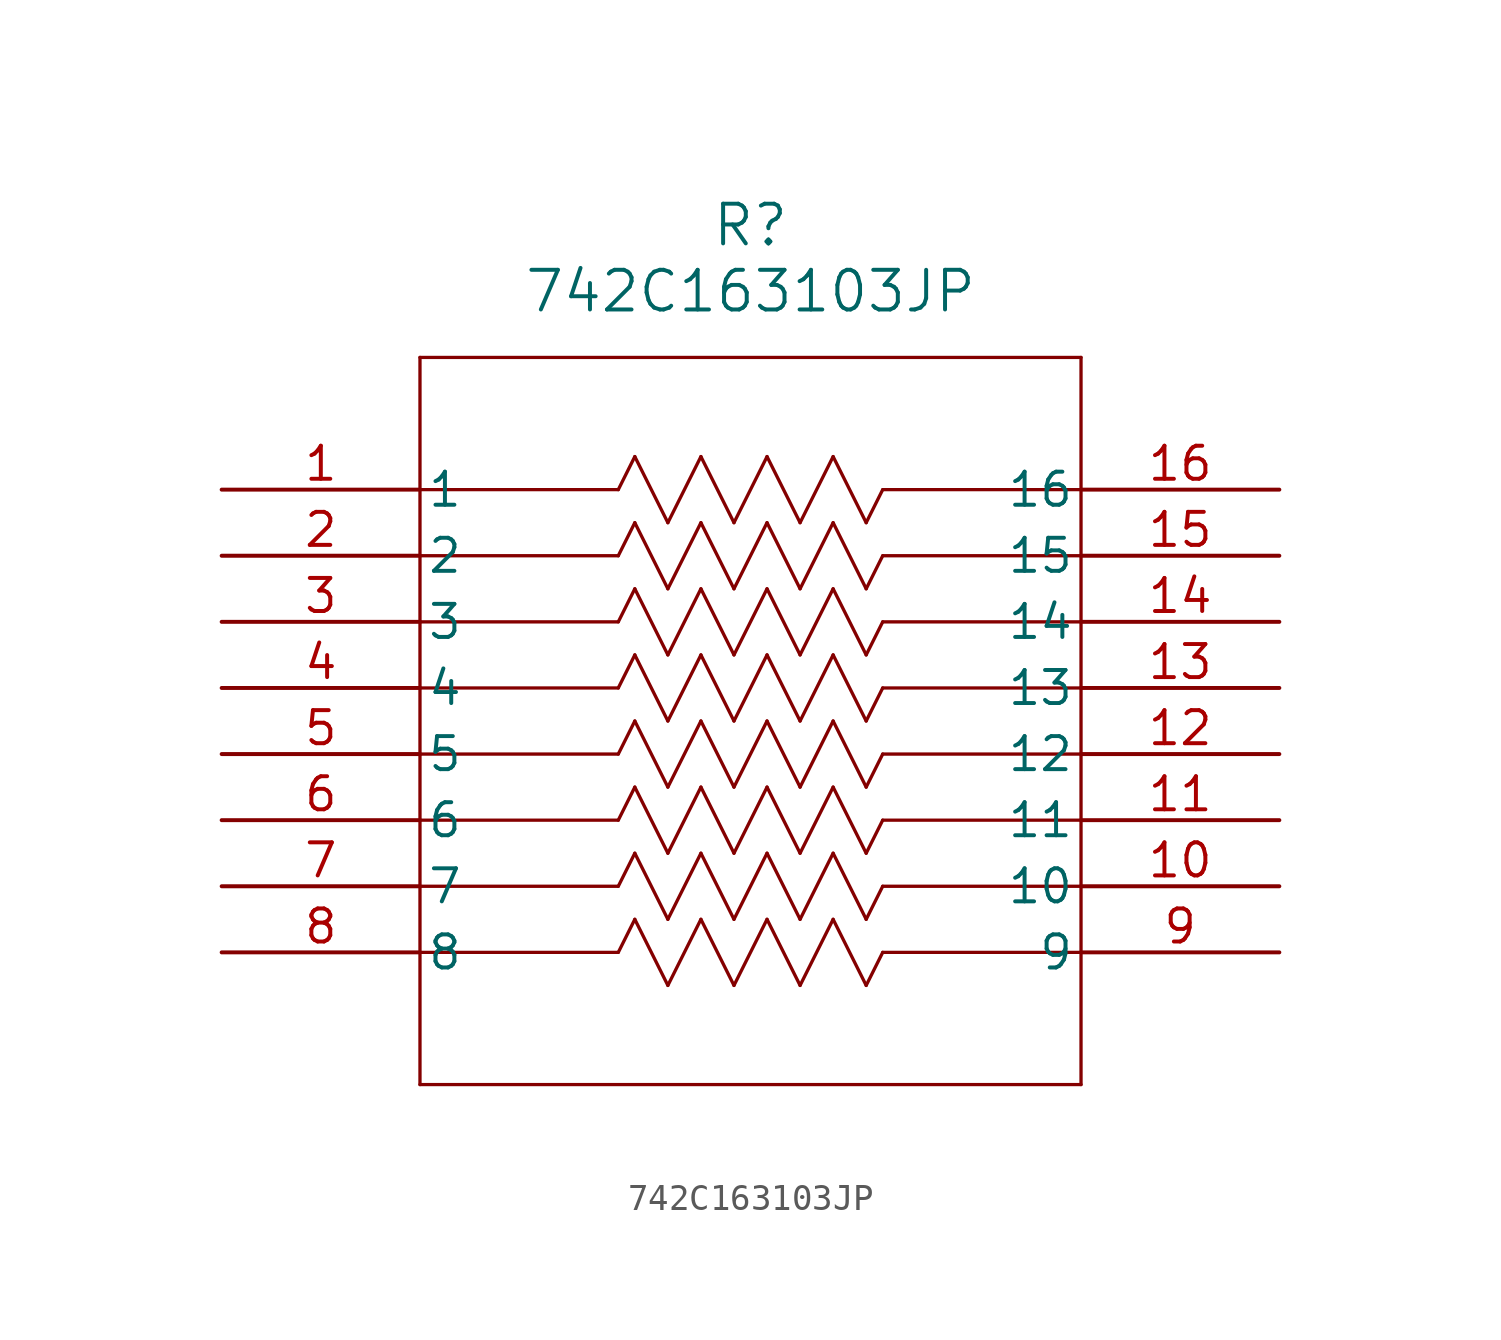
<source format=kicad_sym>
(kicad_symbol_lib
  (version 20231120)
  (generator "kicad_symbol_editor")
  (generator_version "8.0")
  (symbol "742C163103JP"
    (pin_names
      (offset 0.254))
    (property "Reference" "R"
      (at 20.32 10.16 0)
      (effects (font (size 1.524 1.524))))
    (property "Value" "742C163103JP"
      (at 20.32 7.62 0)
      (effects (font (size 1.524 1.524))))
    (property "ki_locked" ""
      (at 0 0 0)
      (effects (font (size 1.27 1.27))))
    (symbol "742C163103JP_1_1"
      (polyline (pts (xy 7.62 -22.86) (xy 33.02 -22.86)) (stroke (width 0.127) (type default)) (fill (type none)))
      (polyline (pts (xy 7.62 -17.78) (xy 15.24 -17.78)) (stroke (width 0.127) (type default)) (fill (type none)))
      (polyline (pts (xy 7.62 -15.24) (xy 15.24 -15.24)) (stroke (width 0.127) (type default)) (fill (type none)))
      (polyline (pts (xy 7.62 -12.7) (xy 15.24 -12.7)) (stroke (width 0.127) (type default)) (fill (type none)))
      (polyline (pts (xy 7.62 -10.16) (xy 15.24 -10.16)) (stroke (width 0.127) (type default)) (fill (type none)))
      (polyline (pts (xy 7.62 -7.62) (xy 15.24 -7.62)) (stroke (width 0.127) (type default)) (fill (type none)))
      (polyline (pts (xy 7.62 -5.08) (xy 15.24 -5.08)) (stroke (width 0.127) (type default)) (fill (type none)))
      (polyline (pts (xy 7.62 -2.54) (xy 15.24 -2.54)) (stroke (width 0.127) (type default)) (fill (type none)))
      (polyline (pts (xy 7.62 0) (xy 15.24 0)) (stroke (width 0.127) (type default)) (fill (type none)))
      (polyline (pts (xy 7.62 5.08) (xy 7.62 -22.86)) (stroke (width 0.127) (type default)) (fill (type none)))
      (polyline (pts (xy 15.24 -17.78) (xy 15.875 -16.51)) (stroke (width 0.127) (type default)) (fill (type none)))
      (polyline (pts (xy 15.24 -15.24) (xy 15.875 -13.97)) (stroke (width 0.127) (type default)) (fill (type none)))
      (polyline (pts (xy 15.24 -12.7) (xy 15.875 -11.43)) (stroke (width 0.127) (type default)) (fill (type none)))
      (polyline (pts (xy 15.24 -10.16) (xy 15.875 -8.89)) (stroke (width 0.127) (type default)) (fill (type none)))
      (polyline (pts (xy 15.24 -7.62) (xy 15.875 -6.35)) (stroke (width 0.127) (type default)) (fill (type none)))
      (polyline (pts (xy 15.24 -5.08) (xy 15.875 -3.81)) (stroke (width 0.127) (type default)) (fill (type none)))
      (polyline (pts (xy 15.24 -2.54) (xy 15.875 -1.27)) (stroke (width 0.127) (type default)) (fill (type none)))
      (polyline (pts (xy 15.24 0) (xy 15.875 1.27)) (stroke (width 0.127) (type default)) (fill (type none)))
      (polyline (pts (xy 15.875 -16.51) (xy 17.145 -19.05)) (stroke (width 0.127) (type default)) (fill (type none)))
      (polyline (pts (xy 15.875 -13.97) (xy 17.145 -16.51)) (stroke (width 0.127) (type default)) (fill (type none)))
      (polyline (pts (xy 15.875 -11.43) (xy 17.145 -13.97)) (stroke (width 0.127) (type default)) (fill (type none)))
      (polyline (pts (xy 15.875 -8.89) (xy 17.145 -11.43)) (stroke (width 0.127) (type default)) (fill (type none)))
      (polyline (pts (xy 15.875 -6.35) (xy 17.145 -8.89)) (stroke (width 0.127) (type default)) (fill (type none)))
      (polyline (pts (xy 15.875 -3.81) (xy 17.145 -6.35)) (stroke (width 0.127) (type default)) (fill (type none)))
      (polyline (pts (xy 15.875 -1.27) (xy 17.145 -3.81)) (stroke (width 0.127) (type default)) (fill (type none)))
      (polyline (pts (xy 15.875 1.27) (xy 17.145 -1.27)) (stroke (width 0.127) (type default)) (fill (type none)))
      (polyline (pts (xy 17.145 -19.05) (xy 18.415 -16.51)) (stroke (width 0.127) (type default)) (fill (type none)))
      (polyline (pts (xy 17.145 -16.51) (xy 18.415 -13.97)) (stroke (width 0.127) (type default)) (fill (type none)))
      (polyline (pts (xy 17.145 -13.97) (xy 18.415 -11.43)) (stroke (width 0.127) (type default)) (fill (type none)))
      (polyline (pts (xy 17.145 -11.43) (xy 18.415 -8.89)) (stroke (width 0.127) (type default)) (fill (type none)))
      (polyline (pts (xy 17.145 -8.89) (xy 18.415 -6.35)) (stroke (width 0.127) (type default)) (fill (type none)))
      (polyline (pts (xy 17.145 -6.35) (xy 18.415 -3.81)) (stroke (width 0.127) (type default)) (fill (type none)))
      (polyline (pts (xy 17.145 -3.81) (xy 18.415 -1.27)) (stroke (width 0.127) (type default)) (fill (type none)))
      (polyline (pts (xy 17.145 -1.27) (xy 18.415 1.27)) (stroke (width 0.127) (type default)) (fill (type none)))
      (polyline (pts (xy 18.415 -16.51) (xy 19.685 -19.05)) (stroke (width 0.127) (type default)) (fill (type none)))
      (polyline (pts (xy 18.415 -13.97) (xy 19.685 -16.51)) (stroke (width 0.127) (type default)) (fill (type none)))
      (polyline (pts (xy 18.415 -11.43) (xy 19.685 -13.97)) (stroke (width 0.127) (type default)) (fill (type none)))
      (polyline (pts (xy 18.415 -8.89) (xy 19.685 -11.43)) (stroke (width 0.127) (type default)) (fill (type none)))
      (polyline (pts (xy 18.415 -6.35) (xy 19.685 -8.89)) (stroke (width 0.127) (type default)) (fill (type none)))
      (polyline (pts (xy 18.415 -3.81) (xy 19.685 -6.35)) (stroke (width 0.127) (type default)) (fill (type none)))
      (polyline (pts (xy 18.415 -1.27) (xy 19.685 -3.81)) (stroke (width 0.127) (type default)) (fill (type none)))
      (polyline (pts (xy 18.415 1.27) (xy 19.685 -1.27)) (stroke (width 0.127) (type default)) (fill (type none)))
      (polyline (pts (xy 19.685 -19.05) (xy 20.955 -16.51)) (stroke (width 0.127) (type default)) (fill (type none)))
      (polyline (pts (xy 19.685 -16.51) (xy 20.955 -13.97)) (stroke (width 0.127) (type default)) (fill (type none)))
      (polyline (pts (xy 19.685 -13.97) (xy 20.955 -11.43)) (stroke (width 0.127) (type default)) (fill (type none)))
      (polyline (pts (xy 19.685 -11.43) (xy 20.955 -8.89)) (stroke (width 0.127) (type default)) (fill (type none)))
      (polyline (pts (xy 19.685 -8.89) (xy 20.955 -6.35)) (stroke (width 0.127) (type default)) (fill (type none)))
      (polyline (pts (xy 19.685 -6.35) (xy 20.955 -3.81)) (stroke (width 0.127) (type default)) (fill (type none)))
      (polyline (pts (xy 19.685 -3.81) (xy 20.955 -1.27)) (stroke (width 0.127) (type default)) (fill (type none)))
      (polyline (pts (xy 19.685 -1.27) (xy 20.955 1.27)) (stroke (width 0.127) (type default)) (fill (type none)))
      (polyline (pts (xy 20.955 -16.51) (xy 22.225 -19.05)) (stroke (width 0.127) (type default)) (fill (type none)))
      (polyline (pts (xy 20.955 -13.97) (xy 22.225 -16.51)) (stroke (width 0.127) (type default)) (fill (type none)))
      (polyline (pts (xy 20.955 -11.43) (xy 22.225 -13.97)) (stroke (width 0.127) (type default)) (fill (type none)))
      (polyline (pts (xy 20.955 -8.89) (xy 22.225 -11.43)) (stroke (width 0.127) (type default)) (fill (type none)))
      (polyline (pts (xy 20.955 -6.35) (xy 22.225 -8.89)) (stroke (width 0.127) (type default)) (fill (type none)))
      (polyline (pts (xy 20.955 -3.81) (xy 22.225 -6.35)) (stroke (width 0.127) (type default)) (fill (type none)))
      (polyline (pts (xy 20.955 -1.27) (xy 22.225 -3.81)) (stroke (width 0.127) (type default)) (fill (type none)))
      (polyline (pts (xy 20.955 1.27) (xy 22.225 -1.27)) (stroke (width 0.127) (type default)) (fill (type none)))
      (polyline (pts (xy 22.225 -19.05) (xy 23.495 -16.51)) (stroke (width 0.127) (type default)) (fill (type none)))
      (polyline (pts (xy 22.225 -16.51) (xy 23.495 -13.97)) (stroke (width 0.127) (type default)) (fill (type none)))
      (polyline (pts (xy 22.225 -13.97) (xy 23.495 -11.43)) (stroke (width 0.127) (type default)) (fill (type none)))
      (polyline (pts (xy 22.225 -11.43) (xy 23.495 -8.89)) (stroke (width 0.127) (type default)) (fill (type none)))
      (polyline (pts (xy 22.225 -8.89) (xy 23.495 -6.35)) (stroke (width 0.127) (type default)) (fill (type none)))
      (polyline (pts (xy 22.225 -6.35) (xy 23.495 -3.81)) (stroke (width 0.127) (type default)) (fill (type none)))
      (polyline (pts (xy 22.225 -3.81) (xy 23.495 -1.27)) (stroke (width 0.127) (type default)) (fill (type none)))
      (polyline (pts (xy 22.225 -1.27) (xy 23.495 1.27)) (stroke (width 0.127) (type default)) (fill (type none)))
      (polyline (pts (xy 23.495 -16.51) (xy 24.765 -19.05)) (stroke (width 0.127) (type default)) (fill (type none)))
      (polyline (pts (xy 23.495 -13.97) (xy 24.765 -16.51)) (stroke (width 0.127) (type default)) (fill (type none)))
      (polyline (pts (xy 23.495 -11.43) (xy 24.765 -13.97)) (stroke (width 0.127) (type default)) (fill (type none)))
      (polyline (pts (xy 23.495 -8.89) (xy 24.765 -11.43)) (stroke (width 0.127) (type default)) (fill (type none)))
      (polyline (pts (xy 23.495 -6.35) (xy 24.765 -8.89)) (stroke (width 0.127) (type default)) (fill (type none)))
      (polyline (pts (xy 23.495 -3.81) (xy 24.765 -6.35)) (stroke (width 0.127) (type default)) (fill (type none)))
      (polyline (pts (xy 23.495 -1.27) (xy 24.765 -3.81)) (stroke (width 0.127) (type default)) (fill (type none)))
      (polyline (pts (xy 23.495 1.27) (xy 24.765 -1.27)) (stroke (width 0.127) (type default)) (fill (type none)))
      (polyline (pts (xy 24.765 -19.05) (xy 25.4 -17.78)) (stroke (width 0.127) (type default)) (fill (type none)))
      (polyline (pts (xy 24.765 -16.51) (xy 25.4 -15.24)) (stroke (width 0.127) (type default)) (fill (type none)))
      (polyline (pts (xy 24.765 -13.97) (xy 25.4 -12.7)) (stroke (width 0.127) (type default)) (fill (type none)))
      (polyline (pts (xy 24.765 -11.43) (xy 25.4 -10.16)) (stroke (width 0.127) (type default)) (fill (type none)))
      (polyline (pts (xy 24.765 -8.89) (xy 25.4 -7.62)) (stroke (width 0.127) (type default)) (fill (type none)))
      (polyline (pts (xy 24.765 -6.35) (xy 25.4 -5.08)) (stroke (width 0.127) (type default)) (fill (type none)))
      (polyline (pts (xy 24.765 -3.81) (xy 25.4 -2.54)) (stroke (width 0.127) (type default)) (fill (type none)))
      (polyline (pts (xy 24.765 -1.27) (xy 25.4 0)) (stroke (width 0.127) (type default)) (fill (type none)))
      (polyline (pts (xy 33.02 -22.86) (xy 33.02 5.08)) (stroke (width 0.127) (type default)) (fill (type none)))
      (polyline (pts (xy 33.02 -17.78) (xy 25.4 -17.78)) (stroke (width 0.127) (type default)) (fill (type none)))
      (polyline (pts (xy 33.02 -15.24) (xy 25.4 -15.24)) (stroke (width 0.127) (type default)) (fill (type none)))
      (polyline (pts (xy 33.02 -12.7) (xy 25.4 -12.7)) (stroke (width 0.127) (type default)) (fill (type none)))
      (polyline (pts (xy 33.02 -10.16) (xy 25.4 -10.16)) (stroke (width 0.127) (type default)) (fill (type none)))
      (polyline (pts (xy 33.02 -7.62) (xy 25.4 -7.62)) (stroke (width 0.127) (type default)) (fill (type none)))
      (polyline (pts (xy 33.02 -5.08) (xy 25.4 -5.08)) (stroke (width 0.127) (type default)) (fill (type none)))
      (polyline (pts (xy 33.02 -2.54) (xy 25.4 -2.54)) (stroke (width 0.127) (type default)) (fill (type none)))
      (polyline (pts (xy 33.02 0) (xy 25.4 0)) (stroke (width 0.127) (type default)) (fill (type none)))
      (polyline (pts (xy 33.02 5.08) (xy 7.62 5.08)) (stroke (width 0.127) (type default)) (fill (type none)))
      (pin unspecified line (at 0 0 0) (length 7.62) (name "1" (effects (font (size 1.27 1.27)))) (number "1" (effects (font (size 1.27 1.27)))))
      (pin unspecified line (at 40.64 -15.24 180) (length 7.62) (name "10" (effects (font (size 1.27 1.27)))) (number "10" (effects (font (size 1.27 1.27)))))
      (pin unspecified line (at 40.64 -12.7 180) (length 7.62) (name "11" (effects (font (size 1.27 1.27)))) (number "11" (effects (font (size 1.27 1.27)))))
      (pin unspecified line (at 40.64 -10.16 180) (length 7.62) (name "12" (effects (font (size 1.27 1.27)))) (number "12" (effects (font (size 1.27 1.27)))))
      (pin unspecified line (at 40.64 -7.62 180) (length 7.62) (name "13" (effects (font (size 1.27 1.27)))) (number "13" (effects (font (size 1.27 1.27)))))
      (pin unspecified line (at 40.64 -5.08 180) (length 7.62) (name "14" (effects (font (size 1.27 1.27)))) (number "14" (effects (font (size 1.27 1.27)))))
      (pin unspecified line (at 40.64 -2.54 180) (length 7.62) (name "15" (effects (font (size 1.27 1.27)))) (number "15" (effects (font (size 1.27 1.27)))))
      (pin unspecified line (at 40.64 0 180) (length 7.62) (name "16" (effects (font (size 1.27 1.27)))) (number "16" (effects (font (size 1.27 1.27)))))
      (pin unspecified line (at 0 -2.54 0) (length 7.62) (name "2" (effects (font (size 1.27 1.27)))) (number "2" (effects (font (size 1.27 1.27)))))
      (pin unspecified line (at 0 -5.08 0) (length 7.62) (name "3" (effects (font (size 1.27 1.27)))) (number "3" (effects (font (size 1.27 1.27)))))
      (pin unspecified line (at 0 -7.62 0) (length 7.62) (name "4" (effects (font (size 1.27 1.27)))) (number "4" (effects (font (size 1.27 1.27)))))
      (pin unspecified line (at 0 -10.16 0) (length 7.62) (name "5" (effects (font (size 1.27 1.27)))) (number "5" (effects (font (size 1.27 1.27)))))
      (pin unspecified line (at 0 -12.7 0) (length 7.62) (name "6" (effects (font (size 1.27 1.27)))) (number "6" (effects (font (size 1.27 1.27)))))
      (pin unspecified line (at 0 -15.24 0) (length 7.62) (name "7" (effects (font (size 1.27 1.27)))) (number "7" (effects (font (size 1.27 1.27)))))
      (pin unspecified line (at 0 -17.78 0) (length 7.62) (name "8" (effects (font (size 1.27 1.27)))) (number "8" (effects (font (size 1.27 1.27)))))
      (pin unspecified line (at 40.64 -17.78 180) (length 7.62) (name "9" (effects (font (size 1.27 1.27)))) (number "9" (effects (font (size 1.27 1.27))))))))
</source>
